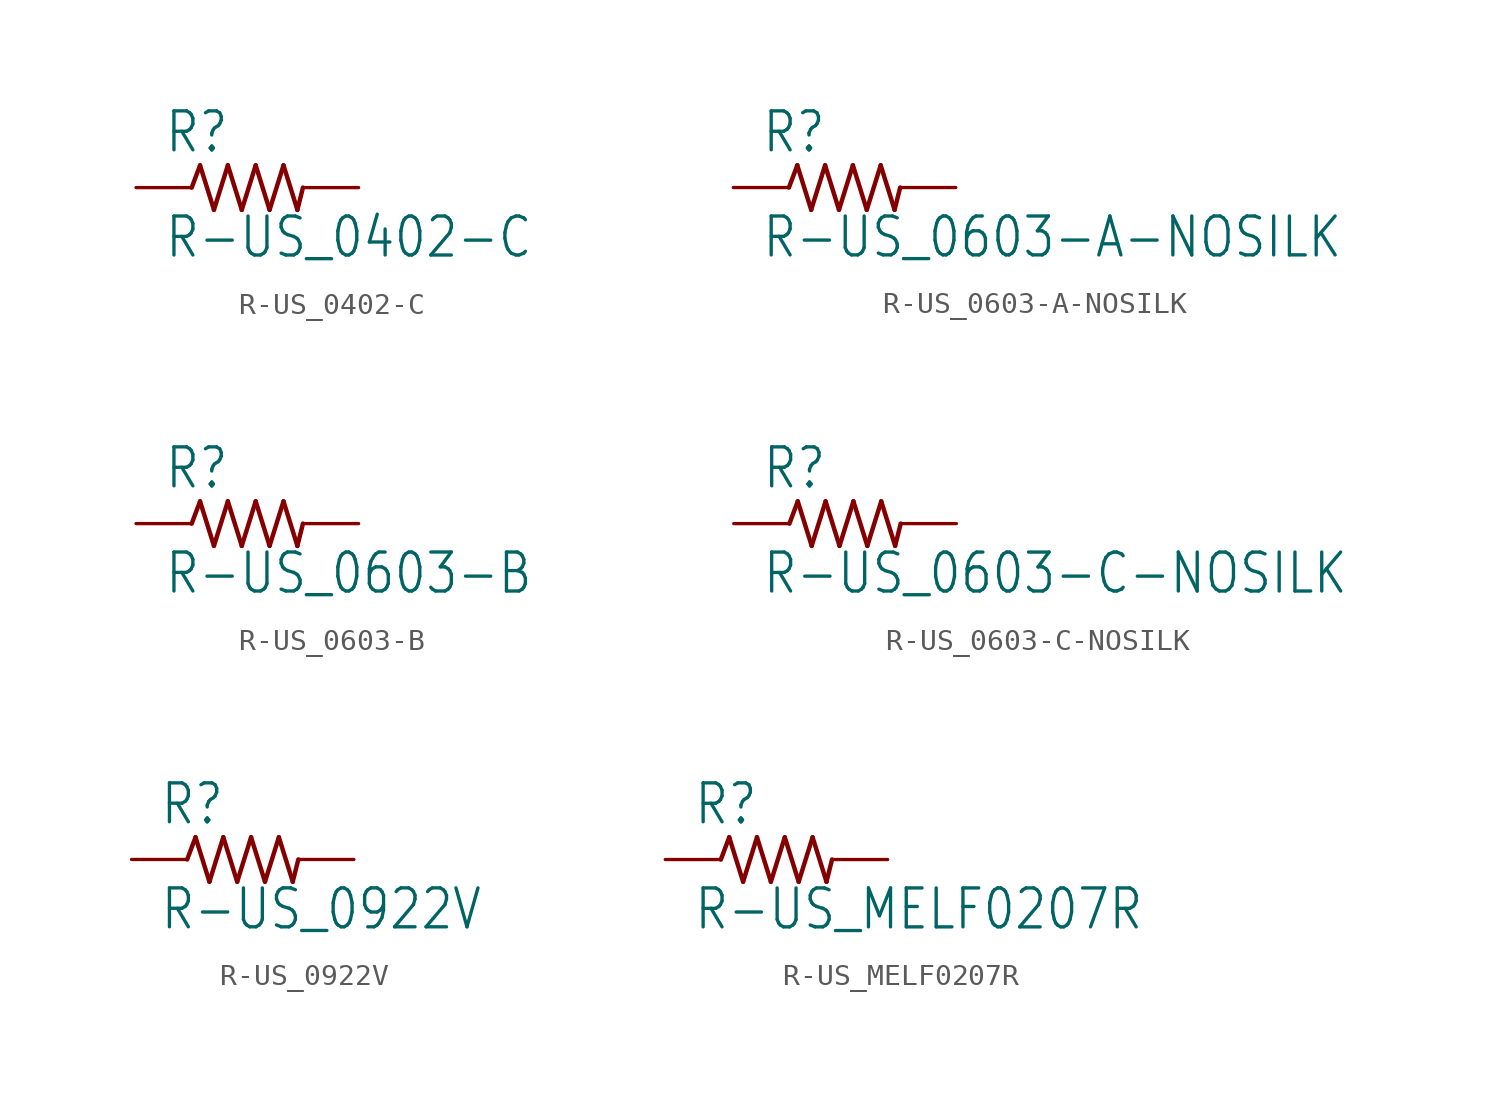
<source format=kicad_sym>
(kicad_symbol_lib
  (version 20220914)
  (generator kicad_symbol_editor)
  (symbol "R-US_0402-C"
    (property "Reference" "R"
      (at -3.81 1.499 0)
      (effects (font (size 1.778 1.511)) (justify left bottom)))
    (property "Value" "R-US_0402-C"
      (at -3.81 -3.302 0)
      (effects (font (size 1.778 1.511)) (justify left bottom)))
    (property "ki_locked" ""
      (at 0 0 0)
      (effects (font (size 1.27 1.27))))
    (symbol "R-US_0402-C_1_0"
      (polyline (pts (xy -2.54 0) (xy -2.159 1.016)) (stroke (width 0.203) (type default)) (fill (type none)))
      (polyline (pts (xy -2.159 1.016) (xy -1.524 -1.016)) (stroke (width 0.203) (type default)) (fill (type none)))
      (polyline (pts (xy -1.524 -1.016) (xy -0.889 1.016)) (stroke (width 0.203) (type default)) (fill (type none)))
      (polyline (pts (xy -0.889 1.016) (xy -0.254 -1.016)) (stroke (width 0.203) (type default)) (fill (type none)))
      (polyline (pts (xy -0.254 -1.016) (xy 0.381 1.016)) (stroke (width 0.203) (type default)) (fill (type none)))
      (polyline (pts (xy 0.381 1.016) (xy 1.016 -1.016)) (stroke (width 0.203) (type default)) (fill (type none)))
      (polyline (pts (xy 1.016 -1.016) (xy 1.651 1.016)) (stroke (width 0.203) (type default)) (fill (type none)))
      (polyline (pts (xy 1.651 1.016) (xy 2.286 -1.016)) (stroke (width 0.203) (type default)) (fill (type none)))
      (polyline (pts (xy 2.286 -1.016) (xy 2.54 0)) (stroke (width 0.203) (type default)) (fill (type none)))
      (pin passive line (at -5.08 0 0) (length 2.54) (name "1" (effects (font (size 0 0)))) (number "1" (effects (font (size 0 0)))))
      (pin passive line (at 5.08 0 180) (length 2.54) (name "2" (effects (font (size 0 0)))) (number "2" (effects (font (size 0 0)))))))
  (symbol "R-US_0603-A-NOSILK"
    (property "Reference" "R"
      (at -3.81 1.499 0)
      (effects (font (size 1.778 1.511)) (justify left bottom)))
    (property "Value" "R-US_0603-A-NOSILK"
      (at -3.81 -3.302 0)
      (effects (font (size 1.778 1.511)) (justify left bottom)))
    (property "ki_locked" ""
      (at 0 0 0)
      (effects (font (size 1.27 1.27))))
    (symbol "R-US_0603-A-NOSILK_1_0"
      (polyline (pts (xy -2.54 0) (xy -2.159 1.016)) (stroke (width 0.203) (type default)) (fill (type none)))
      (polyline (pts (xy -2.159 1.016) (xy -1.524 -1.016)) (stroke (width 0.203) (type default)) (fill (type none)))
      (polyline (pts (xy -1.524 -1.016) (xy -0.889 1.016)) (stroke (width 0.203) (type default)) (fill (type none)))
      (polyline (pts (xy -0.889 1.016) (xy -0.254 -1.016)) (stroke (width 0.203) (type default)) (fill (type none)))
      (polyline (pts (xy -0.254 -1.016) (xy 0.381 1.016)) (stroke (width 0.203) (type default)) (fill (type none)))
      (polyline (pts (xy 0.381 1.016) (xy 1.016 -1.016)) (stroke (width 0.203) (type default)) (fill (type none)))
      (polyline (pts (xy 1.016 -1.016) (xy 1.651 1.016)) (stroke (width 0.203) (type default)) (fill (type none)))
      (polyline (pts (xy 1.651 1.016) (xy 2.286 -1.016)) (stroke (width 0.203) (type default)) (fill (type none)))
      (polyline (pts (xy 2.286 -1.016) (xy 2.54 0)) (stroke (width 0.203) (type default)) (fill (type none)))
      (pin passive line (at -5.08 0 0) (length 2.54) (name "1" (effects (font (size 0 0)))) (number "1" (effects (font (size 0 0)))))
      (pin passive line (at 5.08 0 180) (length 2.54) (name "2" (effects (font (size 0 0)))) (number "2" (effects (font (size 0 0)))))))
  (symbol "R-US_0603-B"
    (property "Reference" "R"
      (at -3.81 1.499 0)
      (effects (font (size 1.778 1.511)) (justify left bottom)))
    (property "Value" "R-US_0603-B"
      (at -3.81 -3.302 0)
      (effects (font (size 1.778 1.511)) (justify left bottom)))
    (property "ki_locked" ""
      (at 0 0 0)
      (effects (font (size 1.27 1.27))))
    (symbol "R-US_0603-B_1_0"
      (polyline (pts (xy -2.54 0) (xy -2.159 1.016)) (stroke (width 0.203) (type default)) (fill (type none)))
      (polyline (pts (xy -2.159 1.016) (xy -1.524 -1.016)) (stroke (width 0.203) (type default)) (fill (type none)))
      (polyline (pts (xy -1.524 -1.016) (xy -0.889 1.016)) (stroke (width 0.203) (type default)) (fill (type none)))
      (polyline (pts (xy -0.889 1.016) (xy -0.254 -1.016)) (stroke (width 0.203) (type default)) (fill (type none)))
      (polyline (pts (xy -0.254 -1.016) (xy 0.381 1.016)) (stroke (width 0.203) (type default)) (fill (type none)))
      (polyline (pts (xy 0.381 1.016) (xy 1.016 -1.016)) (stroke (width 0.203) (type default)) (fill (type none)))
      (polyline (pts (xy 1.016 -1.016) (xy 1.651 1.016)) (stroke (width 0.203) (type default)) (fill (type none)))
      (polyline (pts (xy 1.651 1.016) (xy 2.286 -1.016)) (stroke (width 0.203) (type default)) (fill (type none)))
      (polyline (pts (xy 2.286 -1.016) (xy 2.54 0)) (stroke (width 0.203) (type default)) (fill (type none)))
      (pin passive line (at -5.08 0 0) (length 2.54) (name "1" (effects (font (size 0 0)))) (number "1" (effects (font (size 0 0)))))
      (pin passive line (at 5.08 0 180) (length 2.54) (name "2" (effects (font (size 0 0)))) (number "2" (effects (font (size 0 0)))))))
  (symbol "R-US_0603-C-NOSILK"
    (property "Reference" "R"
      (at -3.81 1.499 0)
      (effects (font (size 1.778 1.511)) (justify left bottom)))
    (property "Value" "R-US_0603-C-NOSILK"
      (at -3.81 -3.302 0)
      (effects (font (size 1.778 1.511)) (justify left bottom)))
    (property "ki_locked" ""
      (at 0 0 0)
      (effects (font (size 1.27 1.27))))
    (symbol "R-US_0603-C-NOSILK_1_0"
      (polyline (pts (xy -2.54 0) (xy -2.159 1.016)) (stroke (width 0.203) (type default)) (fill (type none)))
      (polyline (pts (xy -2.159 1.016) (xy -1.524 -1.016)) (stroke (width 0.203) (type default)) (fill (type none)))
      (polyline (pts (xy -1.524 -1.016) (xy -0.889 1.016)) (stroke (width 0.203) (type default)) (fill (type none)))
      (polyline (pts (xy -0.889 1.016) (xy -0.254 -1.016)) (stroke (width 0.203) (type default)) (fill (type none)))
      (polyline (pts (xy -0.254 -1.016) (xy 0.381 1.016)) (stroke (width 0.203) (type default)) (fill (type none)))
      (polyline (pts (xy 0.381 1.016) (xy 1.016 -1.016)) (stroke (width 0.203) (type default)) (fill (type none)))
      (polyline (pts (xy 1.016 -1.016) (xy 1.651 1.016)) (stroke (width 0.203) (type default)) (fill (type none)))
      (polyline (pts (xy 1.651 1.016) (xy 2.286 -1.016)) (stroke (width 0.203) (type default)) (fill (type none)))
      (polyline (pts (xy 2.286 -1.016) (xy 2.54 0)) (stroke (width 0.203) (type default)) (fill (type none)))
      (pin passive line (at -5.08 0 0) (length 2.54) (name "1" (effects (font (size 0 0)))) (number "1" (effects (font (size 0 0)))))
      (pin passive line (at 5.08 0 180) (length 2.54) (name "2" (effects (font (size 0 0)))) (number "2" (effects (font (size 0 0)))))))
  (symbol "R-US_0922V"
    (property "Reference" "R"
      (at -3.81 1.499 0)
      (effects (font (size 1.778 1.511)) (justify left bottom)))
    (property "Value" "R-US_0922V"
      (at -3.81 -3.302 0)
      (effects (font (size 1.778 1.511)) (justify left bottom)))
    (property "ki_locked" ""
      (at 0 0 0)
      (effects (font (size 1.27 1.27))))
    (symbol "R-US_0922V_1_0"
      (polyline (pts (xy -2.54 0) (xy -2.159 1.016)) (stroke (width 0.203) (type default)) (fill (type none)))
      (polyline (pts (xy -2.159 1.016) (xy -1.524 -1.016)) (stroke (width 0.203) (type default)) (fill (type none)))
      (polyline (pts (xy -1.524 -1.016) (xy -0.889 1.016)) (stroke (width 0.203) (type default)) (fill (type none)))
      (polyline (pts (xy -0.889 1.016) (xy -0.254 -1.016)) (stroke (width 0.203) (type default)) (fill (type none)))
      (polyline (pts (xy -0.254 -1.016) (xy 0.381 1.016)) (stroke (width 0.203) (type default)) (fill (type none)))
      (polyline (pts (xy 0.381 1.016) (xy 1.016 -1.016)) (stroke (width 0.203) (type default)) (fill (type none)))
      (polyline (pts (xy 1.016 -1.016) (xy 1.651 1.016)) (stroke (width 0.203) (type default)) (fill (type none)))
      (polyline (pts (xy 1.651 1.016) (xy 2.286 -1.016)) (stroke (width 0.203) (type default)) (fill (type none)))
      (polyline (pts (xy 2.286 -1.016) (xy 2.54 0)) (stroke (width 0.203) (type default)) (fill (type none)))
      (pin passive line (at -5.08 0 0) (length 2.54) (name "1" (effects (font (size 0 0)))) (number "1" (effects (font (size 0 0)))))
      (pin passive line (at 5.08 0 180) (length 2.54) (name "2" (effects (font (size 0 0)))) (number "2" (effects (font (size 0 0)))))))
  (symbol "R-US_MELF0207R"
    (property "Reference" "R"
      (at -3.81 1.499 0)
      (effects (font (size 1.778 1.511)) (justify left bottom)))
    (property "Value" "R-US_MELF0207R"
      (at -3.81 -3.302 0)
      (effects (font (size 1.778 1.511)) (justify left bottom)))
    (property "ki_locked" ""
      (at 0 0 0)
      (effects (font (size 1.27 1.27))))
    (symbol "R-US_MELF0207R_1_0"
      (polyline (pts (xy -2.54 0) (xy -2.159 1.016)) (stroke (width 0.203) (type default)) (fill (type none)))
      (polyline (pts (xy -2.159 1.016) (xy -1.524 -1.016)) (stroke (width 0.203) (type default)) (fill (type none)))
      (polyline (pts (xy -1.524 -1.016) (xy -0.889 1.016)) (stroke (width 0.203) (type default)) (fill (type none)))
      (polyline (pts (xy -0.889 1.016) (xy -0.254 -1.016)) (stroke (width 0.203) (type default)) (fill (type none)))
      (polyline (pts (xy -0.254 -1.016) (xy 0.381 1.016)) (stroke (width 0.203) (type default)) (fill (type none)))
      (polyline (pts (xy 0.381 1.016) (xy 1.016 -1.016)) (stroke (width 0.203) (type default)) (fill (type none)))
      (polyline (pts (xy 1.016 -1.016) (xy 1.651 1.016)) (stroke (width 0.203) (type default)) (fill (type none)))
      (polyline (pts (xy 1.651 1.016) (xy 2.286 -1.016)) (stroke (width 0.203) (type default)) (fill (type none)))
      (polyline (pts (xy 2.286 -1.016) (xy 2.54 0)) (stroke (width 0.203) (type default)) (fill (type none)))
      (pin passive line (at -5.08 0 0) (length 2.54) (name "1" (effects (font (size 0 0)))) (number "1" (effects (font (size 0 0)))))
      (pin passive line (at 5.08 0 180) (length 2.54) (name "2" (effects (font (size 0 0)))) (number "2" (effects (font (size 0 0))))))))
</source>
